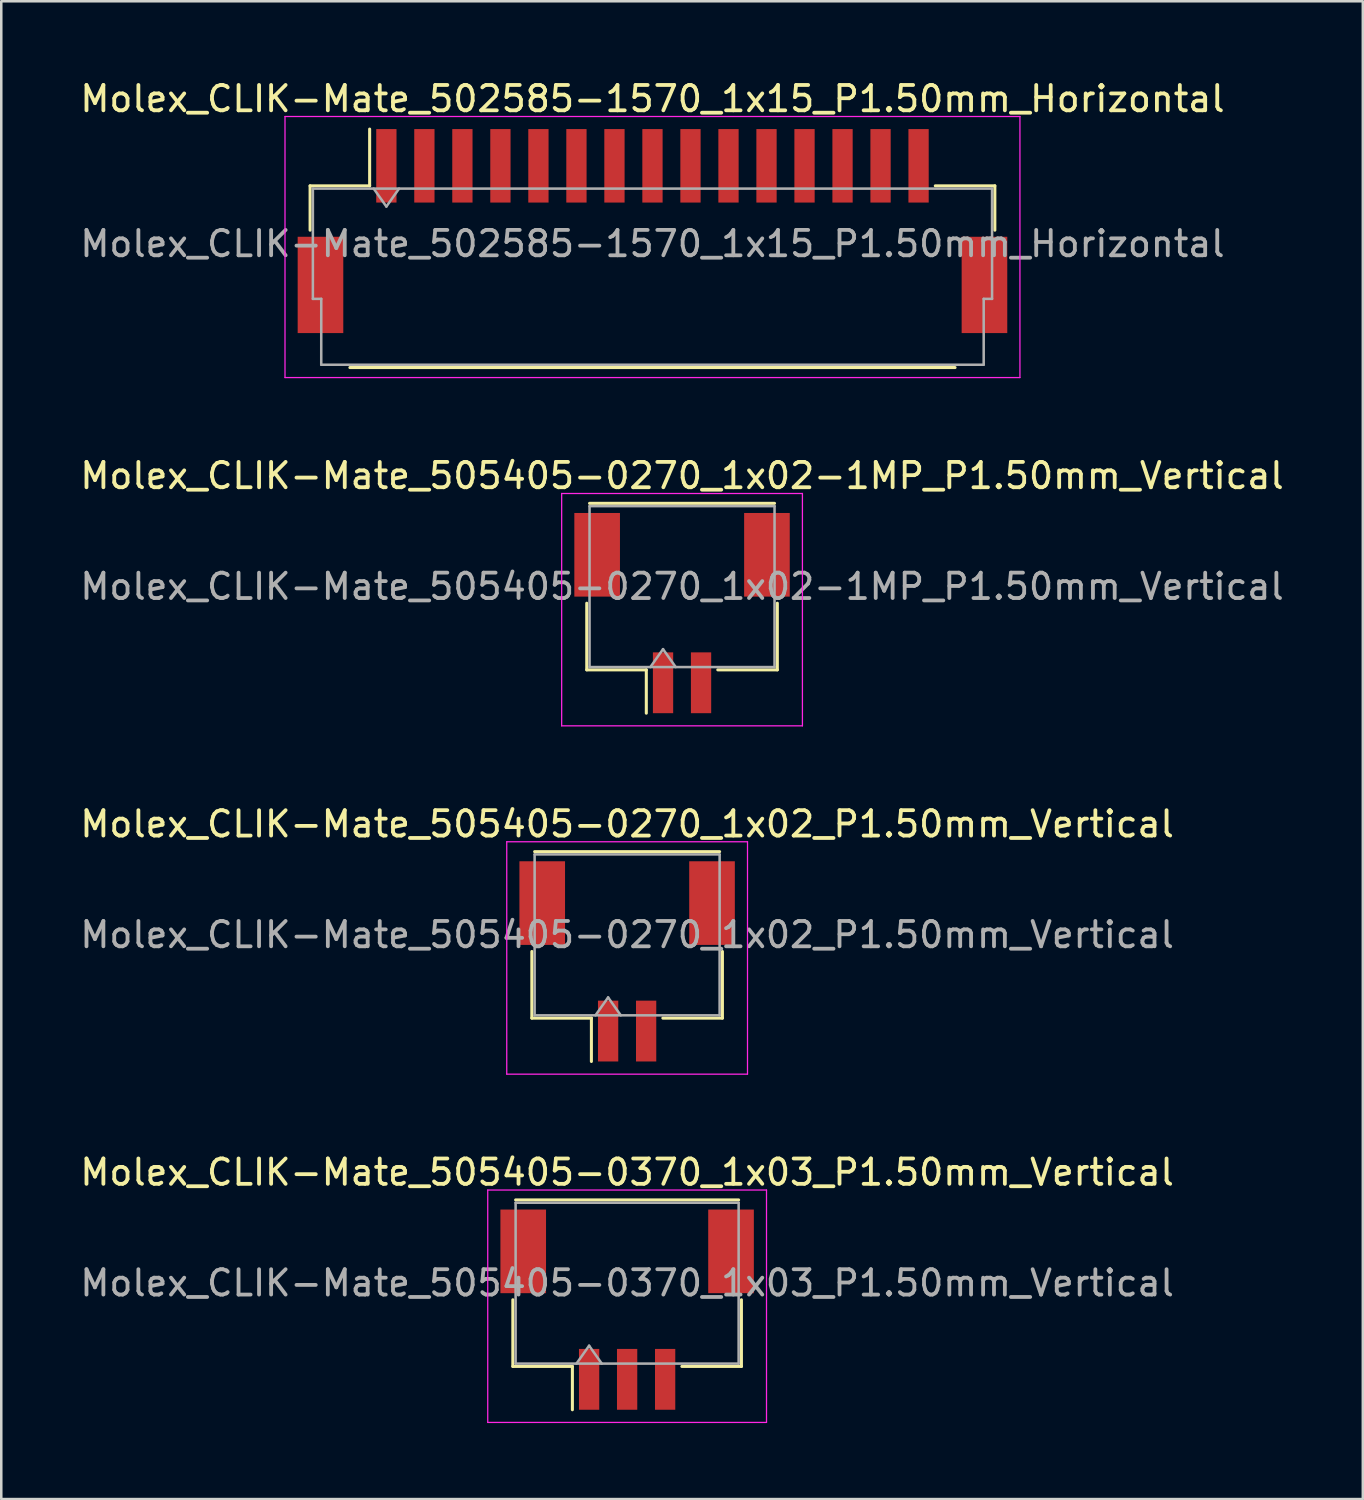
<source format=kicad_pcb>
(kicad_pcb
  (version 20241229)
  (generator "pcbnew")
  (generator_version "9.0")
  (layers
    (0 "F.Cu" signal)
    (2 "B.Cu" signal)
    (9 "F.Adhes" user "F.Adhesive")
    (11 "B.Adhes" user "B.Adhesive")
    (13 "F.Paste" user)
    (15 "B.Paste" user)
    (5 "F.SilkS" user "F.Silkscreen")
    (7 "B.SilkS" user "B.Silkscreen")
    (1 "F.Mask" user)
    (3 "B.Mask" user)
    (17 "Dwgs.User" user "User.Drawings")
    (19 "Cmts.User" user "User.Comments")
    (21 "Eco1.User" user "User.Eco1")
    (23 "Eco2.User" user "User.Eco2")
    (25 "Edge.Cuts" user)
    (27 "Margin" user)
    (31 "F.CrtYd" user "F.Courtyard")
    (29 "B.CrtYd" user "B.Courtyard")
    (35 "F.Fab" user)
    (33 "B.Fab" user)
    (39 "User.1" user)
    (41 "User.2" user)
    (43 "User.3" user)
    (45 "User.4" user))
  (footprint "Molex_CLIK-Mate_505405-0270_1x02-1MP_P1.50mm_Vertical"
    (layer "F.Cu")
    (at 23.863 21.142)
    (property "Reference" "Molex_CLIK-Mate_505405-0270_1x02-1MP_P1.50mm_Vertical" (at 0 -5.42 0) (layer "F.SilkS") (effects (font (size 1 1) (thickness 0.15))))
    (attr smd)
    (fp_line (start -3.76 -0.39) (end -3.76 2.24) (stroke (width 0.12) (type solid)) (layer "F.SilkS"))
    (fp_line (start -3.76 2.24) (end -1.41 2.24) (stroke (width 0.12) (type solid)) (layer "F.SilkS"))
    (fp_line (start -3.65 -4.33) (end 3.65 -4.33) (stroke (width 0.12) (type solid)) (layer "F.SilkS"))
    (fp_line (start -1.41 2.24) (end -1.41 3.95) (stroke (width 0.12) (type solid)) (layer "F.SilkS"))
    (fp_line (start 3.76 -0.39) (end 3.76 2.24) (stroke (width 0.12) (type solid)) (layer "F.SilkS"))
    (fp_line (start 3.76 2.24) (end 1.41 2.24) (stroke (width 0.12) (type solid)) (layer "F.SilkS"))
    (fp_line (start -4.75 -4.72) (end -4.75 4.45) (stroke (width 0.05) (type solid)) (layer "F.CrtYd"))
    (fp_line (start -4.75 4.45) (end 4.75 4.45) (stroke (width 0.05) (type solid)) (layer "F.CrtYd"))
    (fp_line (start 4.75 -4.72) (end -4.75 -4.72) (stroke (width 0.05) (type solid)) (layer "F.CrtYd"))
    (fp_line (start 4.75 4.45) (end 4.75 -4.72) (stroke (width 0.05) (type solid)) (layer "F.CrtYd"))
    (fp_line (start -3.65 -4.22) (end 3.65 -4.22) (stroke (width 0.1) (type solid)) (layer "F.Fab"))
    (fp_line (start -3.65 2.13) (end -3.65 -4.22) (stroke (width 0.1) (type solid)) (layer "F.Fab"))
    (fp_line (start -3.65 2.13) (end 3.65 2.13) (stroke (width 0.1) (type solid)) (layer "F.Fab"))
    (fp_line (start -1.25 2.13) (end -0.75 1.423) (stroke (width 0.1) (type solid)) (layer "F.Fab"))
    (fp_line (start -0.75 1.423) (end -0.25 2.13) (stroke (width 0.1) (type solid)) (layer "F.Fab"))
    (fp_line (start 3.65 2.13) (end 3.65 -4.22) (stroke (width 0.1) (type solid)) (layer "F.Fab"))
    (fp_text user "${REFERENCE}" (at 0 -1.05 0) (layer "F.Fab") (effects (font (size 1 1) (thickness 0.15))))
    (pad "1" smd rect (at -0.75 2.75) (size 0.8 2.4) (layers "F.Cu" "F.Mask" "F.Paste"))
    (pad "2" smd rect (at 0.75 2.75) (size 0.8 2.4) (layers "F.Cu" "F.Mask" "F.Paste"))
    (pad "MP" smd rect (at -3.35 -2.3) (size 1.8 3.3) (layers "F.Cu" "F.Mask" "F.Paste"))
    (pad "MP" smd rect (at 3.35 -2.3) (size 1.8 3.3) (layers "F.Cu" "F.Mask" "F.Paste")))
  (footprint "Molex_CLIK-Mate_505405-0370_1x03_P1.50mm_Vertical"
    (layer "F.Cu")
    (at 21.696 48.628)
    (property "Reference" "Molex_CLIK-Mate_505405-0370_1x03_P1.50mm_Vertical" (at 0 -5.42 0) (layer "F.SilkS") (effects (font (size 1 1) (thickness 0.15))))
    (attr smd)
    (fp_line (start -4.51 -0.39) (end -4.51 2.24) (stroke (width 0.12) (type solid)) (layer "F.SilkS"))
    (fp_line (start -4.51 2.24) (end -2.16 2.24) (stroke (width 0.12) (type solid)) (layer "F.SilkS"))
    (fp_line (start -4.4 -4.33) (end 4.4 -4.33) (stroke (width 0.12) (type solid)) (layer "F.SilkS"))
    (fp_line (start -2.16 2.24) (end -2.16 3.95) (stroke (width 0.12) (type solid)) (layer "F.SilkS"))
    (fp_line (start 4.51 -0.39) (end 4.51 2.24) (stroke (width 0.12) (type solid)) (layer "F.SilkS"))
    (fp_line (start 4.51 2.24) (end 2.16 2.24) (stroke (width 0.12) (type solid)) (layer "F.SilkS"))
    (fp_line (start -5.5 -4.72) (end -5.5 4.45) (stroke (width 0.05) (type solid)) (layer "F.CrtYd"))
    (fp_line (start -5.5 4.45) (end 5.5 4.45) (stroke (width 0.05) (type solid)) (layer "F.CrtYd"))
    (fp_line (start 5.5 -4.72) (end -5.5 -4.72) (stroke (width 0.05) (type solid)) (layer "F.CrtYd"))
    (fp_line (start 5.5 4.45) (end 5.5 -4.72) (stroke (width 0.05) (type solid)) (layer "F.CrtYd"))
    (fp_line (start -4.4 -4.22) (end 4.4 -4.22) (stroke (width 0.1) (type solid)) (layer "F.Fab"))
    (fp_line (start -4.4 2.13) (end -4.4 -4.22) (stroke (width 0.1) (type solid)) (layer "F.Fab"))
    (fp_line (start -4.4 2.13) (end 4.4 2.13) (stroke (width 0.1) (type solid)) (layer "F.Fab"))
    (fp_line (start -2 2.13) (end -1.5 1.423) (stroke (width 0.1) (type solid)) (layer "F.Fab"))
    (fp_line (start -1.5 1.423) (end -1 2.13) (stroke (width 0.1) (type solid)) (layer "F.Fab"))
    (fp_line (start 4.4 2.13) (end 4.4 -4.22) (stroke (width 0.1) (type solid)) (layer "F.Fab"))
    (fp_text user "${REFERENCE}" (at 0 -1.05 0) (layer "F.Fab") (effects (font (size 1 1) (thickness 0.15))))
    (pad "" smd rect (at -4.1 -2.3) (size 1.8 3.3) (layers "F.Cu" "F.Mask" "F.Paste"))
    (pad "" smd rect (at 4.1 -2.3) (size 1.8 3.3) (layers "F.Cu" "F.Mask" "F.Paste"))
    (pad "1" smd rect (at -1.5 2.75) (size 0.8 2.4) (layers "F.Cu" "F.Mask" "F.Paste"))
    (pad "2" smd rect (at 0 2.75) (size 0.8 2.4) (layers "F.Cu" "F.Mask" "F.Paste"))
    (pad "3" smd rect (at 1.5 2.75) (size 0.8 2.4) (layers "F.Cu" "F.Mask" "F.Paste")))
  (footprint "Molex_CLIK-Mate_502585-1570_1x15_P1.50mm_Horizontal"
    (layer "F.Cu")
    (at 22.696 6.068)
    (property "Reference" "Molex_CLIK-Mate_502585-1570_1x15_P1.50mm_Horizontal" (at 0 -5.22 0) (layer "F.SilkS") (effects (font (size 1 1) (thickness 0.15))))
    (attr smd)
    (fp_line (start -13.51 -1.785) (end -11.16 -1.785) (stroke (width 0.12) (type solid)) (layer "F.SilkS"))
    (fp_line (start -13.51 -0.035) (end -13.51 -1.785) (stroke (width 0.12) (type solid)) (layer "F.SilkS"))
    (fp_line (start -11.94 5.385) (end 11.94 5.385) (stroke (width 0.12) (type solid)) (layer "F.SilkS"))
    (fp_line (start -11.16 -1.785) (end -11.16 -4.025) (stroke (width 0.12) (type solid)) (layer "F.SilkS"))
    (fp_line (start 13.51 -1.785) (end 11.16 -1.785) (stroke (width 0.12) (type solid)) (layer "F.SilkS"))
    (fp_line (start 13.51 -0.035) (end 13.51 -1.785) (stroke (width 0.12) (type solid)) (layer "F.SilkS"))
    (fp_line (start -14.5 -4.52) (end -14.5 5.78) (stroke (width 0.05) (type solid)) (layer "F.CrtYd"))
    (fp_line (start -14.5 5.78) (end 14.5 5.78) (stroke (width 0.05) (type solid)) (layer "F.CrtYd"))
    (fp_line (start 14.5 -4.52) (end -14.5 -4.52) (stroke (width 0.05) (type solid)) (layer "F.CrtYd"))
    (fp_line (start 14.5 5.78) (end 14.5 -4.52) (stroke (width 0.05) (type solid)) (layer "F.CrtYd"))
    (fp_line (start -13.4 -1.675) (end -13.4 2.675) (stroke (width 0.1) (type solid)) (layer "F.Fab"))
    (fp_line (start -13.4 -1.675) (end 13.4 -1.675) (stroke (width 0.1) (type solid)) (layer "F.Fab"))
    (fp_line (start -13.4 2.675) (end -13.07 2.675) (stroke (width 0.1) (type solid)) (layer "F.Fab"))
    (fp_line (start -13.07 2.675) (end -13.07 5.275) (stroke (width 0.1) (type solid)) (layer "F.Fab"))
    (fp_line (start -13.07 5.275) (end 13.07 5.275) (stroke (width 0.1) (type solid)) (layer "F.Fab"))
    (fp_line (start -11 -1.675) (end -10.5 -0.968) (stroke (width 0.1) (type solid)) (layer "F.Fab"))
    (fp_line (start -10.5 -0.968) (end -10 -1.675) (stroke (width 0.1) (type solid)) (layer "F.Fab"))
    (fp_line (start 13.07 2.675) (end 13.4 2.675) (stroke (width 0.1) (type solid)) (layer "F.Fab"))
    (fp_line (start 13.07 5.275) (end 13.07 2.675) (stroke (width 0.1) (type solid)) (layer "F.Fab"))
    (fp_line (start 13.4 -1.675) (end 13.4 2.675) (stroke (width 0.1) (type solid)) (layer "F.Fab"))
    (fp_text user "${REFERENCE}" (at 0 0.5 0) (layer "F.Fab") (effects (font (size 1 1) (thickness 0.15))))
    (pad "" smd rect (at -13.1 2.125) (size 1.8 3.8) (layers "F.Cu" "F.Mask" "F.Paste"))
    (pad "" smd rect (at 13.1 2.125) (size 1.8 3.8) (layers "F.Cu" "F.Mask" "F.Paste"))
    (pad "1" smd rect (at -10.5 -2.575) (size 0.8 2.9) (layers "F.Cu" "F.Mask" "F.Paste"))
    (pad "2" smd rect (at -9 -2.575) (size 0.8 2.9) (layers "F.Cu" "F.Mask" "F.Paste"))
    (pad "3" smd rect (at -7.5 -2.575) (size 0.8 2.9) (layers "F.Cu" "F.Mask" "F.Paste"))
    (pad "4" smd rect (at -6 -2.575) (size 0.8 2.9) (layers "F.Cu" "F.Mask" "F.Paste"))
    (pad "5" smd rect (at -4.5 -2.575) (size 0.8 2.9) (layers "F.Cu" "F.Mask" "F.Paste"))
    (pad "6" smd rect (at -3 -2.575) (size 0.8 2.9) (layers "F.Cu" "F.Mask" "F.Paste"))
    (pad "7" smd rect (at -1.5 -2.575) (size 0.8 2.9) (layers "F.Cu" "F.Mask" "F.Paste"))
    (pad "8" smd rect (at 0 -2.575) (size 0.8 2.9) (layers "F.Cu" "F.Mask" "F.Paste"))
    (pad "9" smd rect (at 1.5 -2.575) (size 0.8 2.9) (layers "F.Cu" "F.Mask" "F.Paste"))
    (pad "10" smd rect (at 3 -2.575) (size 0.8 2.9) (layers "F.Cu" "F.Mask" "F.Paste"))
    (pad "11" smd rect (at 4.5 -2.575) (size 0.8 2.9) (layers "F.Cu" "F.Mask" "F.Paste"))
    (pad "12" smd rect (at 6 -2.575) (size 0.8 2.9) (layers "F.Cu" "F.Mask" "F.Paste"))
    (pad "13" smd rect (at 7.5 -2.575) (size 0.8 2.9) (layers "F.Cu" "F.Mask" "F.Paste"))
    (pad "14" smd rect (at 9 -2.575) (size 0.8 2.9) (layers "F.Cu" "F.Mask" "F.Paste"))
    (pad "15" smd rect (at 10.5 -2.575) (size 0.8 2.9) (layers "F.Cu" "F.Mask" "F.Paste")))
  (footprint "Molex_CLIK-Mate_505405-0270_1x02_P1.50mm_Vertical"
    (layer "F.Cu")
    (at 21.696 34.885)
    (property "Reference" "Molex_CLIK-Mate_505405-0270_1x02_P1.50mm_Vertical" (at 0 -5.42 0) (layer "F.SilkS") (effects (font (size 1 1) (thickness 0.15))))
    (attr smd)
    (fp_line (start -3.76 -0.39) (end -3.76 2.24) (stroke (width 0.12) (type solid)) (layer "F.SilkS"))
    (fp_line (start -3.76 2.24) (end -1.41 2.24) (stroke (width 0.12) (type solid)) (layer "F.SilkS"))
    (fp_line (start -3.65 -4.33) (end 3.65 -4.33) (stroke (width 0.12) (type solid)) (layer "F.SilkS"))
    (fp_line (start -1.41 2.24) (end -1.41 3.95) (stroke (width 0.12) (type solid)) (layer "F.SilkS"))
    (fp_line (start 3.76 -0.39) (end 3.76 2.24) (stroke (width 0.12) (type solid)) (layer "F.SilkS"))
    (fp_line (start 3.76 2.24) (end 1.41 2.24) (stroke (width 0.12) (type solid)) (layer "F.SilkS"))
    (fp_line (start -4.75 -4.72) (end -4.75 4.45) (stroke (width 0.05) (type solid)) (layer "F.CrtYd"))
    (fp_line (start -4.75 4.45) (end 4.75 4.45) (stroke (width 0.05) (type solid)) (layer "F.CrtYd"))
    (fp_line (start 4.75 -4.72) (end -4.75 -4.72) (stroke (width 0.05) (type solid)) (layer "F.CrtYd"))
    (fp_line (start 4.75 4.45) (end 4.75 -4.72) (stroke (width 0.05) (type solid)) (layer "F.CrtYd"))
    (fp_line (start -3.65 -4.22) (end 3.65 -4.22) (stroke (width 0.1) (type solid)) (layer "F.Fab"))
    (fp_line (start -3.65 2.13) (end -3.65 -4.22) (stroke (width 0.1) (type solid)) (layer "F.Fab"))
    (fp_line (start -3.65 2.13) (end 3.65 2.13) (stroke (width 0.1) (type solid)) (layer "F.Fab"))
    (fp_line (start -1.25 2.13) (end -0.75 1.423) (stroke (width 0.1) (type solid)) (layer "F.Fab"))
    (fp_line (start -0.75 1.423) (end -0.25 2.13) (stroke (width 0.1) (type solid)) (layer "F.Fab"))
    (fp_line (start 3.65 2.13) (end 3.65 -4.22) (stroke (width 0.1) (type solid)) (layer "F.Fab"))
    (fp_text user "${REFERENCE}" (at 0 -1.05 0) (layer "F.Fab") (effects (font (size 1 1) (thickness 0.15))))
    (pad "" smd rect (at -3.35 -2.3) (size 1.8 3.3) (layers "F.Cu" "F.Mask" "F.Paste"))
    (pad "" smd rect (at 3.35 -2.3) (size 1.8 3.3) (layers "F.Cu" "F.Mask" "F.Paste"))
    (pad "1" smd rect (at -0.75 2.75) (size 0.8 2.4) (layers "F.Cu" "F.Mask" "F.Paste"))
    (pad "2" smd rect (at 0.75 2.75) (size 0.8 2.4) (layers "F.Cu" "F.Mask" "F.Paste")))
  (gr_rect
    (start -3 -3)
    (end 50.726 56.103)
    (stroke (width 0.1) (type default))
    (fill no)
    (layer "Edge.Cuts")))
</source>
